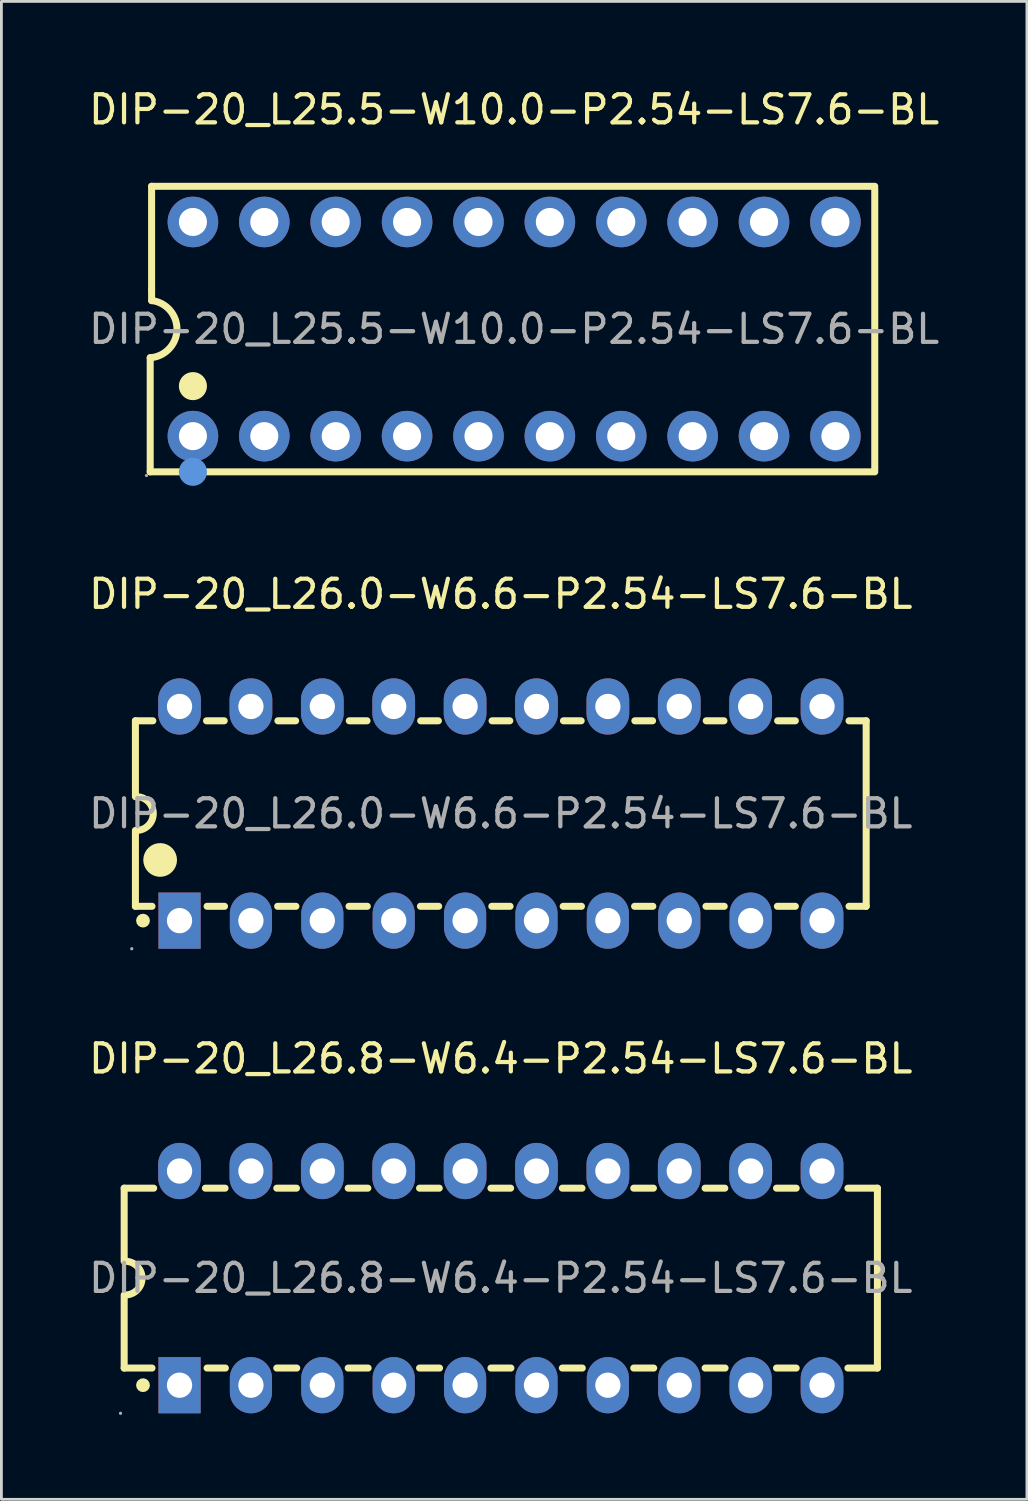
<source format=kicad_pcb>
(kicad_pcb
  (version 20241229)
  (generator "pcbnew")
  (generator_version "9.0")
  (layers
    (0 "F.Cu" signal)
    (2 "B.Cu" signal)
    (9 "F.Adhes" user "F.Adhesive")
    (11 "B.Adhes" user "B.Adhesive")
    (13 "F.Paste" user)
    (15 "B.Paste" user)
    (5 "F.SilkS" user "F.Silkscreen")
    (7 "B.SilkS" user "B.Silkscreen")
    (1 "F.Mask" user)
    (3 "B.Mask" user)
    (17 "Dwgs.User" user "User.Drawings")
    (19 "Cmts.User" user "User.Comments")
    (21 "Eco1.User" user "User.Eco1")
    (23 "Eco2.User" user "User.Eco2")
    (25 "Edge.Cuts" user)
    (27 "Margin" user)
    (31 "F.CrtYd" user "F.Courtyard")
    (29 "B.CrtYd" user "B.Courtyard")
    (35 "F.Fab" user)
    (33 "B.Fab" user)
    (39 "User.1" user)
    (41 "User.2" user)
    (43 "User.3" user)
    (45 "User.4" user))
  (footprint "DIP-20_L26.8-W6.4-P2.54-LS7.6-BL"
    (layer "F.Cu")
    (at 14.768 42.425)
    (property "Reference" "DIP-20_L26.8-W6.4-P2.54-LS7.6-BL" (at 0 -7.81 0) (layer "F.SilkS") (effects (font (size 1 1) (thickness 0.15))))
    (attr through_hole)
    (fp_line (start -13.4 -3.2) (end -12.35 -3.2) (stroke (width 0.25) (type solid)) (layer "F.SilkS"))
    (fp_line (start -13.4 -0.6) (end -13.4 -3.2) (stroke (width 0.25) (type solid)) (layer "F.SilkS"))
    (fp_line (start -13.4 3.2) (end -13.4 0.6) (stroke (width 0.25) (type solid)) (layer "F.SilkS"))
    (fp_line (start -13.4 3.2) (end -12.41 3.2) (stroke (width 0.25) (type solid)) (layer "F.SilkS"))
    (fp_line (start -10.51 -3.2) (end -9.81 -3.2) (stroke (width 0.25) (type solid)) (layer "F.SilkS"))
    (fp_line (start -10.45 3.2) (end -9.8 3.2) (stroke (width 0.25) (type solid)) (layer "F.SilkS"))
    (fp_line (start -7.97 -3.2) (end -7.27 -3.2) (stroke (width 0.25) (type solid)) (layer "F.SilkS"))
    (fp_line (start -7.97 3.2) (end -7.26 3.2) (stroke (width 0.25) (type solid)) (layer "F.SilkS"))
    (fp_line (start -5.43 -3.2) (end -4.73 -3.2) (stroke (width 0.25) (type solid)) (layer "F.SilkS"))
    (fp_line (start -5.43 3.2) (end -4.72 3.2) (stroke (width 0.25) (type solid)) (layer "F.SilkS"))
    (fp_line (start -2.89 -3.2) (end -2.19 -3.2) (stroke (width 0.25) (type solid)) (layer "F.SilkS"))
    (fp_line (start -2.89 3.2) (end -2.18 3.2) (stroke (width 0.25) (type solid)) (layer "F.SilkS"))
    (fp_line (start -0.35 -3.2) (end 0.35 -3.2) (stroke (width 0.25) (type solid)) (layer "F.SilkS"))
    (fp_line (start -0.35 3.2) (end 0.36 3.2) (stroke (width 0.25) (type solid)) (layer "F.SilkS"))
    (fp_line (start 2.19 -3.2) (end 2.89 -3.2) (stroke (width 0.25) (type solid)) (layer "F.SilkS"))
    (fp_line (start 2.19 3.2) (end 2.9 3.2) (stroke (width 0.25) (type solid)) (layer "F.SilkS"))
    (fp_line (start 4.73 -3.2) (end 5.43 -3.2) (stroke (width 0.25) (type solid)) (layer "F.SilkS"))
    (fp_line (start 4.73 3.2) (end 5.44 3.2) (stroke (width 0.25) (type solid)) (layer "F.SilkS"))
    (fp_line (start 7.27 -3.2) (end 7.97 -3.2) (stroke (width 0.25) (type solid)) (layer "F.SilkS"))
    (fp_line (start 7.27 3.2) (end 7.98 3.2) (stroke (width 0.25) (type solid)) (layer "F.SilkS"))
    (fp_line (start 9.81 -3.2) (end 10.51 -3.2) (stroke (width 0.25) (type solid)) (layer "F.SilkS"))
    (fp_line (start 9.81 3.2) (end 10.51 3.2) (stroke (width 0.25) (type solid)) (layer "F.SilkS"))
    (fp_line (start 12.35 -3.2) (end 13.4 -3.2) (stroke (width 0.25) (type solid)) (layer "F.SilkS"))
    (fp_line (start 12.35 3.2) (end 13.4 3.2) (stroke (width 0.25) (type solid)) (layer "F.SilkS"))
    (fp_line (start 13.4 -3.2) (end 13.4 3.2) (stroke (width 0.25) (type solid)) (layer "F.SilkS"))
    (fp_arc (start -13.37 -0.6) (mid -12.76 -0.01) (end -13.35 0.6) (stroke (width 0.25) (type solid)) (layer "F.SilkS"))
    (fp_arc (start -12.85 3.8) (mid -12.609687 3.814987) (end -12.850416 3.810034) (stroke (width 0.25) (type solid)) (layer "F.SilkS"))
    (fp_circle (center -13.53 4.81) (end -13.5 4.81) (stroke (width 0.06) (type solid)) (fill no) (layer "F.Fab"))
    (fp_circle (center -11.43 -3.81) (end -11.25 -3.81) (stroke (width 0.35) (type solid)) (fill no) (layer "F.Fab"))
    (fp_circle (center -11.43 3.81) (end -11.25 3.81) (stroke (width 0.35) (type solid)) (fill no) (layer "F.Fab"))
    (fp_circle (center -8.89 -3.81) (end -8.71 -3.81) (stroke (width 0.35) (type solid)) (fill no) (layer "F.Fab"))
    (fp_circle (center -8.89 3.81) (end -8.71 3.81) (stroke (width 0.35) (type solid)) (fill no) (layer "F.Fab"))
    (fp_circle (center -6.35 -3.81) (end -6.17 -3.81) (stroke (width 0.35) (type solid)) (fill no) (layer "F.Fab"))
    (fp_circle (center -6.35 3.81) (end -6.17 3.81) (stroke (width 0.35) (type solid)) (fill no) (layer "F.Fab"))
    (fp_circle (center -3.81 -3.81) (end -3.63 -3.81) (stroke (width 0.35) (type solid)) (fill no) (layer "F.Fab"))
    (fp_circle (center -3.81 3.81) (end -3.63 3.81) (stroke (width 0.35) (type solid)) (fill no) (layer "F.Fab"))
    (fp_circle (center -1.27 -3.81) (end -1.09 -3.81) (stroke (width 0.35) (type solid)) (fill no) (layer "F.Fab"))
    (fp_circle (center -1.27 3.81) (end -1.09 3.81) (stroke (width 0.35) (type solid)) (fill no) (layer "F.Fab"))
    (fp_circle (center 1.27 -3.81) (end 1.45 -3.81) (stroke (width 0.35) (type solid)) (fill no) (layer "F.Fab"))
    (fp_circle (center 1.27 3.81) (end 1.45 3.81) (stroke (width 0.35) (type solid)) (fill no) (layer "F.Fab"))
    (fp_circle (center 3.81 -3.81) (end 3.99 -3.81) (stroke (width 0.35) (type solid)) (fill no) (layer "F.Fab"))
    (fp_circle (center 3.81 3.81) (end 3.99 3.81) (stroke (width 0.35) (type solid)) (fill no) (layer "F.Fab"))
    (fp_circle (center 6.35 -3.81) (end 6.53 -3.81) (stroke (width 0.35) (type solid)) (fill no) (layer "F.Fab"))
    (fp_circle (center 6.35 3.81) (end 6.53 3.81) (stroke (width 0.35) (type solid)) (fill no) (layer "F.Fab"))
    (fp_circle (center 8.89 -3.81) (end 9.07 -3.81) (stroke (width 0.35) (type solid)) (fill no) (layer "F.Fab"))
    (fp_circle (center 8.89 3.81) (end 9.07 3.81) (stroke (width 0.35) (type solid)) (fill no) (layer "F.Fab"))
    (fp_circle (center 11.43 -3.81) (end 11.61 -3.81) (stroke (width 0.35) (type solid)) (fill no) (layer "F.Fab"))
    (fp_circle (center 11.43 3.81) (end 11.61 3.81) (stroke (width 0.35) (type solid)) (fill no) (layer "F.Fab"))
    (fp_text user "${REFERENCE}" (at 0 0 0) (layer "F.Fab") (effects (font (size 1 1) (thickness 0.15))))
    (pad "1" thru_hole rect (at -11.43 3.81 90) (size 2 1.5) (drill 0.9) (layers "*.Cu" "*.Paste" "*.Mask"))
    (pad "2" thru_hole oval (at -8.89 3.81 90) (size 2 1.5) (drill 0.9) (layers "*.Cu" "*.Paste" "*.Mask"))
    (pad "3" thru_hole oval (at -6.35 3.81 90) (size 2 1.5) (drill 0.9) (layers "*.Cu" "*.Paste" "*.Mask"))
    (pad "4" thru_hole oval (at -3.81 3.81 90) (size 2 1.5) (drill 0.9) (layers "*.Cu" "*.Paste" "*.Mask"))
    (pad "5" thru_hole oval (at -1.27 3.81 90) (size 2 1.5) (drill 0.9) (layers "*.Cu" "*.Paste" "*.Mask"))
    (pad "6" thru_hole oval (at 1.27 3.81 90) (size 2 1.5) (drill 0.9) (layers "*.Cu" "*.Paste" "*.Mask"))
    (pad "7" thru_hole oval (at 3.81 3.81 90) (size 2 1.5) (drill 0.9) (layers "*.Cu" "*.Paste" "*.Mask"))
    (pad "8" thru_hole oval (at 6.35 3.81 90) (size 2 1.5) (drill 0.9) (layers "*.Cu" "*.Paste" "*.Mask"))
    (pad "9" thru_hole oval (at 8.89 3.81 90) (size 2 1.5) (drill 0.9) (layers "*.Cu" "*.Paste" "*.Mask"))
    (pad "10" thru_hole oval (at 11.43 3.81 90) (size 2 1.52) (drill 0.9) (layers "*.Cu" "*.Paste" "*.Mask"))
    (pad "11" thru_hole oval (at 11.43 -3.81 90) (size 2 1.52) (drill 0.9) (layers "*.Cu" "*.Paste" "*.Mask"))
    (pad "12" thru_hole oval (at 8.89 -3.81 90) (size 2 1.52) (drill 0.9) (layers "*.Cu" "*.Paste" "*.Mask"))
    (pad "13" thru_hole oval (at 6.35 -3.81 90) (size 2 1.52) (drill 0.9) (layers "*.Cu" "*.Paste" "*.Mask"))
    (pad "14" thru_hole oval (at 3.81 -3.81 90) (size 2 1.52) (drill 0.9) (layers "*.Cu" "*.Paste" "*.Mask"))
    (pad "15" thru_hole oval (at 1.27 -3.81 90) (size 2 1.52) (drill 0.9) (layers "*.Cu" "*.Paste" "*.Mask"))
    (pad "16" thru_hole oval (at -1.27 -3.81 90) (size 2 1.52) (drill 0.9) (layers "*.Cu" "*.Paste" "*.Mask"))
    (pad "17" thru_hole oval (at -3.81 -3.81 90) (size 2 1.52) (drill 0.9) (layers "*.Cu" "*.Paste" "*.Mask"))
    (pad "18" thru_hole oval (at -6.35 -3.81 90) (size 2 1.52) (drill 0.9) (layers "*.Cu" "*.Paste" "*.Mask"))
    (pad "19" thru_hole oval (at -8.89 -3.81 90) (size 2 1.52) (drill 0.9) (layers "*.Cu" "*.Paste" "*.Mask"))
    (pad "20" thru_hole oval (at -11.43 -3.81 90) (size 2 1.52) (drill 0.9) (layers "*.Cu" "*.Paste" "*.Mask")))
  (footprint "DIP-20_L25.5-W10.0-P2.54-LS7.6-BL"
    (layer "F.Cu")
    (at 15.244 8.658)
    (property "Reference" "DIP-20_L25.5-W10.0-P2.54-LS7.6-BL" (at 0 -7.81 0) (layer "F.SilkS") (effects (font (size 1 1) (thickness 0.15))))
    (attr through_hole)
    (fp_line (start -12.95 5.08) (end -12.95 1.02) (stroke (width 0.25) (type solid)) (layer "F.SilkS"))
    (fp_line (start -12.95 5.08) (end 12.83 5.08) (stroke (width 0.25) (type solid)) (layer "F.SilkS"))
    (fp_line (start -12.9 -5.08) (end -12.9 -1.39) (stroke (width 0.25) (type solid)) (layer "F.SilkS"))
    (fp_line (start -12.9 -5.08) (end 12.83 -5.08) (stroke (width 0.25) (type solid)) (layer "F.SilkS"))
    (fp_line (start -12.9 -1.39) (end -12.9 -1.01) (stroke (width 0.25) (type solid)) (layer "F.SilkS"))
    (fp_line (start 12.83 -5) (end 12.83 5) (stroke (width 0.25) (type solid)) (layer "F.SilkS"))
    (fp_arc (start -12.894089 -1.014616) (mid -11.997987 0.028085) (end -12.95 1.02) (stroke (width 0.25) (type solid)) (layer "F.SilkS"))
    (fp_circle (center -11.43 2.03) (end -11.18 2.03) (stroke (width 0.5) (type solid)) (fill no) (layer "F.SilkS"))
    (fp_circle (center -11.43 5.08) (end -11.18 5.08) (stroke (width 0.5) (type solid)) (fill no) (layer "Cmts.User"))
    (fp_circle (center -13.08 5.21) (end -13.05 5.21) (stroke (width 0.06) (type solid)) (fill no) (layer "F.Fab"))
    (fp_circle (center -11.43 -3.81) (end -11.23 -3.81) (stroke (width 0.4) (type solid)) (fill no) (layer "F.Fab"))
    (fp_circle (center -11.43 3.81) (end -11.23 3.81) (stroke (width 0.4) (type solid)) (fill no) (layer "F.Fab"))
    (fp_circle (center -8.89 -3.81) (end -8.69 -3.81) (stroke (width 0.4) (type solid)) (fill no) (layer "F.Fab"))
    (fp_circle (center -8.89 3.81) (end -8.69 3.81) (stroke (width 0.4) (type solid)) (fill no) (layer "F.Fab"))
    (fp_circle (center -6.35 -3.81) (end -6.15 -3.81) (stroke (width 0.4) (type solid)) (fill no) (layer "F.Fab"))
    (fp_circle (center -6.35 3.81) (end -6.15 3.81) (stroke (width 0.4) (type solid)) (fill no) (layer "F.Fab"))
    (fp_circle (center -3.81 -3.81) (end -3.61 -3.81) (stroke (width 0.4) (type solid)) (fill no) (layer "F.Fab"))
    (fp_circle (center -3.81 3.81) (end -3.61 3.81) (stroke (width 0.4) (type solid)) (fill no) (layer "F.Fab"))
    (fp_circle (center -1.27 -3.81) (end -1.07 -3.81) (stroke (width 0.4) (type solid)) (fill no) (layer "F.Fab"))
    (fp_circle (center -1.27 3.81) (end -1.07 3.81) (stroke (width 0.4) (type solid)) (fill no) (layer "F.Fab"))
    (fp_circle (center 1.27 -3.81) (end 1.47 -3.81) (stroke (width 0.4) (type solid)) (fill no) (layer "F.Fab"))
    (fp_circle (center 1.27 3.81) (end 1.47 3.81) (stroke (width 0.4) (type solid)) (fill no) (layer "F.Fab"))
    (fp_circle (center 3.81 -3.81) (end 4.01 -3.81) (stroke (width 0.4) (type solid)) (fill no) (layer "F.Fab"))
    (fp_circle (center 3.81 3.81) (end 4.01 3.81) (stroke (width 0.4) (type solid)) (fill no) (layer "F.Fab"))
    (fp_circle (center 6.35 -3.81) (end 6.55 -3.81) (stroke (width 0.4) (type solid)) (fill no) (layer "F.Fab"))
    (fp_circle (center 6.35 3.81) (end 6.55 3.81) (stroke (width 0.4) (type solid)) (fill no) (layer "F.Fab"))
    (fp_circle (center 8.89 -3.81) (end 9.09 -3.81) (stroke (width 0.4) (type solid)) (fill no) (layer "F.Fab"))
    (fp_circle (center 8.89 3.81) (end 9.09 3.81) (stroke (width 0.4) (type solid)) (fill no) (layer "F.Fab"))
    (fp_circle (center 11.43 -3.81) (end 11.63 -3.81) (stroke (width 0.4) (type solid)) (fill no) (layer "F.Fab"))
    (fp_circle (center 11.43 3.81) (end 11.63 3.81) (stroke (width 0.4) (type solid)) (fill no) (layer "F.Fab"))
    (fp_text user "${REFERENCE}" (at 0 0 0) (layer "F.Fab") (effects (font (size 1 1) (thickness 0.15))))
    (pad "1" thru_hole circle (at -11.43 3.81) (size 1.8 1.8) (drill 1) (layers "*.Cu" "*.Paste" "*.Mask"))
    (pad "2" thru_hole circle (at -8.89 3.81) (size 1.8 1.8) (drill 1) (layers "*.Cu" "*.Paste" "*.Mask"))
    (pad "3" thru_hole circle (at -6.35 3.81) (size 1.8 1.8) (drill 1) (layers "*.Cu" "*.Paste" "*.Mask"))
    (pad "4" thru_hole circle (at -3.81 3.81) (size 1.8 1.8) (drill 1) (layers "*.Cu" "*.Paste" "*.Mask"))
    (pad "5" thru_hole circle (at -1.27 3.81) (size 1.8 1.8) (drill 1) (layers "*.Cu" "*.Paste" "*.Mask"))
    (pad "6" thru_hole circle (at 1.27 3.81) (size 1.8 1.8) (drill 1) (layers "*.Cu" "*.Paste" "*.Mask"))
    (pad "7" thru_hole circle (at 3.81 3.81) (size 1.8 1.8) (drill 1) (layers "*.Cu" "*.Paste" "*.Mask"))
    (pad "8" thru_hole circle (at 6.35 3.81) (size 1.8 1.8) (drill 1) (layers "*.Cu" "*.Paste" "*.Mask"))
    (pad "9" thru_hole circle (at 8.89 3.81) (size 1.8 1.8) (drill 1) (layers "*.Cu" "*.Paste" "*.Mask"))
    (pad "10" thru_hole circle (at 11.43 3.81) (size 1.8 1.8) (drill 1) (layers "*.Cu" "*.Paste" "*.Mask"))
    (pad "11" thru_hole circle (at 11.43 -3.81) (size 1.8 1.8) (drill 1) (layers "*.Cu" "*.Paste" "*.Mask"))
    (pad "12" thru_hole circle (at 8.89 -3.81) (size 1.8 1.8) (drill 1) (layers "*.Cu" "*.Paste" "*.Mask"))
    (pad "13" thru_hole circle (at 6.35 -3.81) (size 1.8 1.8) (drill 1) (layers "*.Cu" "*.Paste" "*.Mask"))
    (pad "14" thru_hole circle (at 3.81 -3.81) (size 1.8 1.8) (drill 1) (layers "*.Cu" "*.Paste" "*.Mask"))
    (pad "15" thru_hole circle (at 1.27 -3.81) (size 1.8 1.8) (drill 1) (layers "*.Cu" "*.Paste" "*.Mask"))
    (pad "16" thru_hole circle (at -1.27 -3.81) (size 1.8 1.8) (drill 1) (layers "*.Cu" "*.Paste" "*.Mask"))
    (pad "17" thru_hole circle (at -3.81 -3.81) (size 1.8 1.8) (drill 1) (layers "*.Cu" "*.Paste" "*.Mask"))
    (pad "18" thru_hole circle (at -6.35 -3.81) (size 1.8 1.8) (drill 1) (layers "*.Cu" "*.Paste" "*.Mask"))
    (pad "19" thru_hole circle (at -8.89 -3.81) (size 1.8 1.8) (drill 1) (layers "*.Cu" "*.Paste" "*.Mask"))
    (pad "20" thru_hole circle (at -11.43 -3.81) (size 1.8 1.8) (drill 1) (layers "*.Cu" "*.Paste" "*.Mask")))
  (footprint "DIP-20_L26.0-W6.6-P2.54-LS7.6-BL"
    (layer "F.Cu")
    (at 14.768 25.896)
    (property "Reference" "DIP-20_L26.0-W6.6-P2.54-LS7.6-BL" (at 0 -7.81 0) (layer "F.SilkS") (effects (font (size 1 1) (thickness 0.15))))
    (attr through_hole)
    (fp_line (start -13 -3.3) (end -12.38 -3.3) (stroke (width 0.25) (type solid)) (layer "F.SilkS"))
    (fp_line (start -13 -0.6) (end -13 -3.3) (stroke (width 0.25) (type solid)) (layer "F.SilkS"))
    (fp_line (start -13 3.3) (end -13 0.6) (stroke (width 0.25) (type solid)) (layer "F.SilkS"))
    (fp_line (start -13 3.3) (end -12.41 3.3) (stroke (width 0.25) (type solid)) (layer "F.SilkS"))
    (fp_line (start -10.47 -3.3) (end -9.84 -3.3) (stroke (width 0.25) (type solid)) (layer "F.SilkS"))
    (fp_line (start -10.45 3.3) (end -9.83 3.3) (stroke (width 0.25) (type solid)) (layer "F.SilkS"))
    (fp_line (start -7.94 3.3) (end -7.29 3.3) (stroke (width 0.25) (type solid)) (layer "F.SilkS"))
    (fp_line (start -7.93 -3.3) (end -7.3 -3.3) (stroke (width 0.25) (type solid)) (layer "F.SilkS"))
    (fp_line (start -5.4 3.3) (end -4.75 3.3) (stroke (width 0.25) (type solid)) (layer "F.SilkS"))
    (fp_line (start -5.39 -3.3) (end -4.76 -3.3) (stroke (width 0.25) (type solid)) (layer "F.SilkS"))
    (fp_line (start -2.86 3.3) (end -2.21 3.3) (stroke (width 0.25) (type solid)) (layer "F.SilkS"))
    (fp_line (start -2.85 -3.3) (end -2.22 -3.3) (stroke (width 0.25) (type solid)) (layer "F.SilkS"))
    (fp_line (start -0.32 3.3) (end 0.33 3.3) (stroke (width 0.25) (type solid)) (layer "F.SilkS"))
    (fp_line (start -0.31 -3.3) (end 0.32 -3.3) (stroke (width 0.25) (type solid)) (layer "F.SilkS"))
    (fp_line (start 2.22 3.3) (end 2.87 3.3) (stroke (width 0.25) (type solid)) (layer "F.SilkS"))
    (fp_line (start 2.23 -3.3) (end 2.86 -3.3) (stroke (width 0.25) (type solid)) (layer "F.SilkS"))
    (fp_line (start 4.76 3.3) (end 5.41 3.3) (stroke (width 0.25) (type solid)) (layer "F.SilkS"))
    (fp_line (start 4.77 -3.3) (end 5.4 -3.3) (stroke (width 0.25) (type solid)) (layer "F.SilkS"))
    (fp_line (start 7.3 3.3) (end 7.95 3.3) (stroke (width 0.25) (type solid)) (layer "F.SilkS"))
    (fp_line (start 7.31 -3.3) (end 7.94 -3.3) (stroke (width 0.25) (type solid)) (layer "F.SilkS"))
    (fp_line (start 9.84 3.3) (end 10.48 3.3) (stroke (width 0.25) (type solid)) (layer "F.SilkS"))
    (fp_line (start 9.85 -3.3) (end 10.48 -3.3) (stroke (width 0.25) (type solid)) (layer "F.SilkS"))
    (fp_line (start 12.39 -3.3) (end 13 -3.3) (stroke (width 0.25) (type solid)) (layer "F.SilkS"))
    (fp_line (start 12.39 3.3) (end 13 3.3) (stroke (width 0.25) (type solid)) (layer "F.SilkS"))
    (fp_line (start 13 -3.3) (end 13 3.3) (stroke (width 0.25) (type solid)) (layer "F.SilkS"))
    (fp_arc (start -12.97 -0.6) (mid -12.36 -0.01) (end -12.95 0.6) (stroke (width 0.25) (type solid)) (layer "F.SilkS"))
    (fp_arc (start -12.85 3.8) (mid -12.609687 3.814987) (end -12.850416 3.810034) (stroke (width 0.25) (type solid)) (layer "F.SilkS"))
    (fp_arc (start -12.42 1.64) (mid -11.819875 1.654999) (end -12.420167 1.650004) (stroke (width 0.6) (type solid)) (layer "F.SilkS"))
    (fp_circle (center -13.13 4.81) (end -13.1 4.81) (stroke (width 0.06) (type solid)) (fill no) (layer "F.Fab"))
    (fp_circle (center -11.43 -3.81) (end -11.25 -3.81) (stroke (width 0.35) (type solid)) (fill no) (layer "F.Fab"))
    (fp_circle (center -11.43 3.81) (end -11.25 3.81) (stroke (width 0.35) (type solid)) (fill no) (layer "F.Fab"))
    (fp_circle (center -8.89 -3.81) (end -8.71 -3.81) (stroke (width 0.35) (type solid)) (fill no) (layer "F.Fab"))
    (fp_circle (center -8.89 3.81) (end -8.71 3.81) (stroke (width 0.35) (type solid)) (fill no) (layer "F.Fab"))
    (fp_circle (center -6.35 -3.81) (end -6.17 -3.81) (stroke (width 0.35) (type solid)) (fill no) (layer "F.Fab"))
    (fp_circle (center -6.35 3.81) (end -6.17 3.81) (stroke (width 0.35) (type solid)) (fill no) (layer "F.Fab"))
    (fp_circle (center -3.81 -3.81) (end -3.63 -3.81) (stroke (width 0.35) (type solid)) (fill no) (layer "F.Fab"))
    (fp_circle (center -3.81 3.81) (end -3.63 3.81) (stroke (width 0.35) (type solid)) (fill no) (layer "F.Fab"))
    (fp_circle (center -1.27 -3.81) (end -1.09 -3.81) (stroke (width 0.35) (type solid)) (fill no) (layer "F.Fab"))
    (fp_circle (center -1.27 3.81) (end -1.09 3.81) (stroke (width 0.35) (type solid)) (fill no) (layer "F.Fab"))
    (fp_circle (center 1.27 -3.81) (end 1.45 -3.81) (stroke (width 0.35) (type solid)) (fill no) (layer "F.Fab"))
    (fp_circle (center 1.27 3.81) (end 1.45 3.81) (stroke (width 0.35) (type solid)) (fill no) (layer "F.Fab"))
    (fp_circle (center 3.81 -3.81) (end 3.99 -3.81) (stroke (width 0.35) (type solid)) (fill no) (layer "F.Fab"))
    (fp_circle (center 3.81 3.81) (end 3.99 3.81) (stroke (width 0.35) (type solid)) (fill no) (layer "F.Fab"))
    (fp_circle (center 6.35 -3.81) (end 6.53 -3.81) (stroke (width 0.35) (type solid)) (fill no) (layer "F.Fab"))
    (fp_circle (center 6.35 3.81) (end 6.53 3.81) (stroke (width 0.35) (type solid)) (fill no) (layer "F.Fab"))
    (fp_circle (center 8.89 -3.81) (end 9.07 -3.81) (stroke (width 0.35) (type solid)) (fill no) (layer "F.Fab"))
    (fp_circle (center 8.89 3.81) (end 9.07 3.81) (stroke (width 0.35) (type solid)) (fill no) (layer "F.Fab"))
    (fp_circle (center 11.43 -3.81) (end 11.61 -3.81) (stroke (width 0.35) (type solid)) (fill no) (layer "F.Fab"))
    (fp_circle (center 11.43 3.81) (end 11.61 3.81) (stroke (width 0.35) (type solid)) (fill no) (layer "F.Fab"))
    (fp_text user "${REFERENCE}" (at 0 0 0) (layer "F.Fab") (effects (font (size 1 1) (thickness 0.15))))
    (pad "1" thru_hole rect (at -11.43 3.81 90) (size 2 1.5) (drill 0.9) (layers "*.Cu" "*.Paste" "*.Mask"))
    (pad "2" thru_hole oval (at -8.89 3.81 90) (size 2 1.5) (drill 0.9) (layers "*.Cu" "*.Paste" "*.Mask"))
    (pad "3" thru_hole oval (at -6.35 3.81 90) (size 2 1.5) (drill 0.9) (layers "*.Cu" "*.Paste" "*.Mask"))
    (pad "4" thru_hole oval (at -3.81 3.81 90) (size 2 1.5) (drill 0.9) (layers "*.Cu" "*.Paste" "*.Mask"))
    (pad "5" thru_hole oval (at -1.27 3.81 90) (size 2 1.5) (drill 0.9) (layers "*.Cu" "*.Paste" "*.Mask"))
    (pad "6" thru_hole oval (at 1.27 3.81 90) (size 2 1.5) (drill 0.9) (layers "*.Cu" "*.Paste" "*.Mask"))
    (pad "7" thru_hole oval (at 3.81 3.81 90) (size 2 1.5) (drill 0.9) (layers "*.Cu" "*.Paste" "*.Mask"))
    (pad "8" thru_hole oval (at 6.35 3.81 90) (size 2 1.5) (drill 0.9) (layers "*.Cu" "*.Paste" "*.Mask"))
    (pad "9" thru_hole oval (at 8.89 3.81 90) (size 2 1.5) (drill 0.9) (layers "*.Cu" "*.Paste" "*.Mask"))
    (pad "10" thru_hole oval (at 11.43 3.81 90) (size 2 1.52) (drill 0.9) (layers "*.Cu" "*.Paste" "*.Mask"))
    (pad "11" thru_hole oval (at 11.43 -3.81 90) (size 2 1.52) (drill 0.9) (layers "*.Cu" "*.Paste" "*.Mask"))
    (pad "12" thru_hole oval (at 8.89 -3.81 90) (size 2 1.52) (drill 0.9) (layers "*.Cu" "*.Paste" "*.Mask"))
    (pad "13" thru_hole oval (at 6.35 -3.81 90) (size 2 1.52) (drill 0.9) (layers "*.Cu" "*.Paste" "*.Mask"))
    (pad "14" thru_hole oval (at 3.81 -3.81 90) (size 2 1.52) (drill 0.9) (layers "*.Cu" "*.Paste" "*.Mask"))
    (pad "15" thru_hole oval (at 1.27 -3.81 90) (size 2 1.52) (drill 0.9) (layers "*.Cu" "*.Paste" "*.Mask"))
    (pad "16" thru_hole oval (at -1.27 -3.81 90) (size 2 1.52) (drill 0.9) (layers "*.Cu" "*.Paste" "*.Mask"))
    (pad "17" thru_hole oval (at -3.81 -3.81 90) (size 2 1.52) (drill 0.9) (layers "*.Cu" "*.Paste" "*.Mask"))
    (pad "18" thru_hole oval (at -6.35 -3.81 90) (size 2 1.52) (drill 0.9) (layers "*.Cu" "*.Paste" "*.Mask"))
    (pad "19" thru_hole oval (at -8.89 -3.81 90) (size 2 1.52) (drill 0.9) (layers "*.Cu" "*.Paste" "*.Mask"))
    (pad "20" thru_hole oval (at -11.43 -3.81 90) (size 2 1.52) (drill 0.9) (layers "*.Cu" "*.Paste" "*.Mask")))
  (gr_rect
    (start -3 -3)
    (end 33.488 50.295)
    (stroke (width 0.1) (type default))
    (fill no)
    (layer "Edge.Cuts")))
</source>
